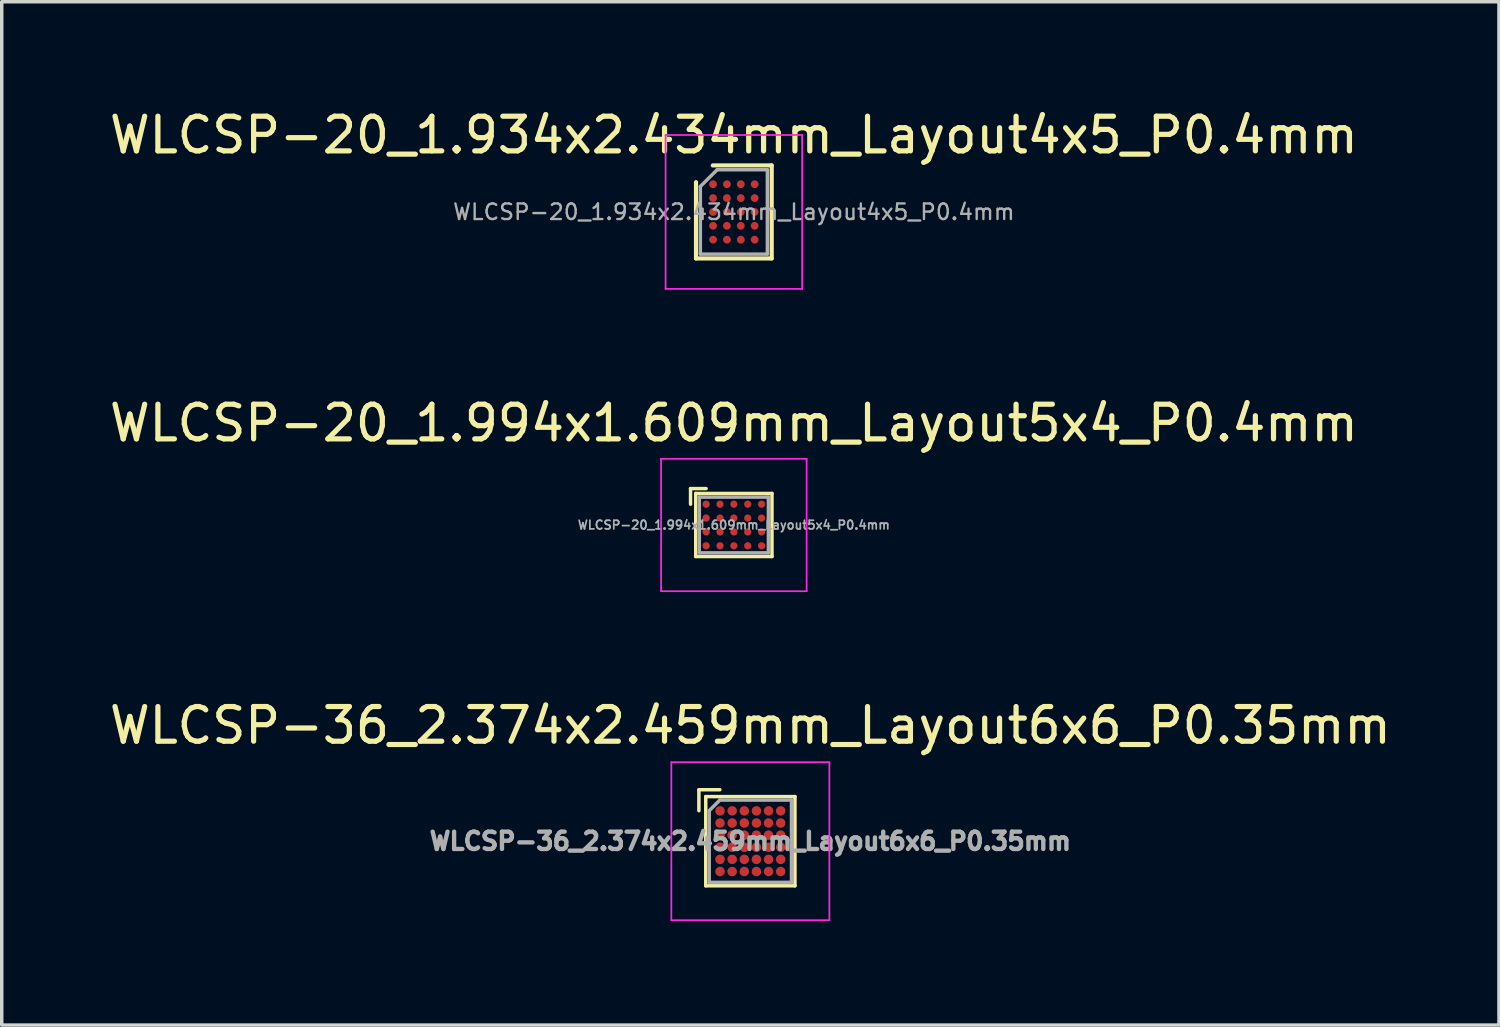
<source format=kicad_pcb>
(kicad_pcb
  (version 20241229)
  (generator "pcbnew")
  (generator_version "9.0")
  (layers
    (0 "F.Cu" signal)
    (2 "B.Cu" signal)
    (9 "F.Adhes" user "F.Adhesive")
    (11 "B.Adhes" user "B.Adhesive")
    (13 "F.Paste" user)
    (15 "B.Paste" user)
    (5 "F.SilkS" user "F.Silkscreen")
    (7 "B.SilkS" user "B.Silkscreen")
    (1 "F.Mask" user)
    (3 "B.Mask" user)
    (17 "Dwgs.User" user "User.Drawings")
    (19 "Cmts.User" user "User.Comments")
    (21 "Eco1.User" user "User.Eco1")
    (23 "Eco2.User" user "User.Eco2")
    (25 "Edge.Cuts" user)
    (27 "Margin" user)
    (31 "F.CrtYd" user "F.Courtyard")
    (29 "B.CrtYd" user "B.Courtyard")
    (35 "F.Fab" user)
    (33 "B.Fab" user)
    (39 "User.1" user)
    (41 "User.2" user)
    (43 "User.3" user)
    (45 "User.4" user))
  (footprint "WLCSP-20_1.934x2.434mm_Layout4x5_P0.4mm"
    (layer "F.Cu")
    (at 18.125 3.065)
    (property "Reference" "WLCSP-20_1.934x2.434mm_Layout4x5_P0.4mm" (at 0 -2.217 0) (layer "F.SilkS") (effects (font (size 1 1) (thickness 0.15))))
    (attr smd)
    (fp_line (start -1.092 1.342) (end -1.092 -0.859) (stroke (width 0.12) (type solid)) (layer "F.SilkS"))
    (fp_line (start -0.609 -1.342) (end 1.092 -1.342) (stroke (width 0.12) (type solid)) (layer "F.SilkS"))
    (fp_line (start 1.092 -1.342) (end 1.092 1.342) (stroke (width 0.12) (type solid)) (layer "F.SilkS"))
    (fp_line (start 1.092 1.342) (end -1.092 1.342) (stroke (width 0.12) (type solid)) (layer "F.SilkS"))
    (fp_line (start -1.97 -2.22) (end -1.97 2.22) (stroke (width 0.05) (type solid)) (layer "F.CrtYd"))
    (fp_line (start -1.97 2.22) (end 1.97 2.22) (stroke (width 0.05) (type solid)) (layer "F.CrtYd"))
    (fp_line (start 1.97 -2.22) (end -1.97 -2.22) (stroke (width 0.05) (type solid)) (layer "F.CrtYd"))
    (fp_line (start 1.97 2.22) (end 1.97 -2.22) (stroke (width 0.05) (type solid)) (layer "F.CrtYd"))
    (fp_line (start -0.967 -0.734) (end -0.483 -1.217) (stroke (width 0.1) (type solid)) (layer "F.Fab"))
    (fp_line (start -0.967 1.217) (end -0.967 -0.734) (stroke (width 0.1) (type solid)) (layer "F.Fab"))
    (fp_line (start -0.483 -1.217) (end 0.967 -1.217) (stroke (width 0.1) (type solid)) (layer "F.Fab"))
    (fp_line (start 0.967 -1.217) (end 0.967 1.217) (stroke (width 0.1) (type solid)) (layer "F.Fab"))
    (fp_line (start 0.967 1.217) (end -0.967 1.217) (stroke (width 0.1) (type solid)) (layer "F.Fab"))
    (fp_text user "${REFERENCE}" (at 0 0 0) (layer "F.Fab") (effects (font (size 0.45 0.45) (thickness 0.068))))
    (pad "A1" smd circle (at -0.6 -0.8) (size 0.225 0.225) (layers "F.Cu" "F.Mask" "F.Paste"))
    (pad "A2" smd circle (at -0.2 -0.8) (size 0.225 0.225) (layers "F.Cu" "F.Mask" "F.Paste"))
    (pad "A3" smd circle (at 0.2 -0.8) (size 0.225 0.225) (layers "F.Cu" "F.Mask" "F.Paste"))
    (pad "A4" smd circle (at 0.6 -0.8) (size 0.225 0.225) (layers "F.Cu" "F.Mask" "F.Paste"))
    (pad "B1" smd circle (at -0.6 -0.4) (size 0.225 0.225) (layers "F.Cu" "F.Mask" "F.Paste"))
    (pad "B2" smd circle (at -0.2 -0.4) (size 0.225 0.225) (layers "F.Cu" "F.Mask" "F.Paste"))
    (pad "B3" smd circle (at 0.2 -0.4) (size 0.225 0.225) (layers "F.Cu" "F.Mask" "F.Paste"))
    (pad "B4" smd circle (at 0.6 -0.4) (size 0.225 0.225) (layers "F.Cu" "F.Mask" "F.Paste"))
    (pad "C1" smd circle (at -0.6 0) (size 0.225 0.225) (layers "F.Cu" "F.Mask" "F.Paste"))
    (pad "C2" smd circle (at -0.2 0) (size 0.225 0.225) (layers "F.Cu" "F.Mask" "F.Paste"))
    (pad "C3" smd circle (at 0.2 0) (size 0.225 0.225) (layers "F.Cu" "F.Mask" "F.Paste"))
    (pad "C4" smd circle (at 0.6 0) (size 0.225 0.225) (layers "F.Cu" "F.Mask" "F.Paste"))
    (pad "D1" smd circle (at -0.6 0.4) (size 0.225 0.225) (layers "F.Cu" "F.Mask" "F.Paste"))
    (pad "D2" smd circle (at -0.2 0.4) (size 0.225 0.225) (layers "F.Cu" "F.Mask" "F.Paste"))
    (pad "D3" smd circle (at 0.2 0.4) (size 0.225 0.225) (layers "F.Cu" "F.Mask" "F.Paste"))
    (pad "D4" smd circle (at 0.6 0.4) (size 0.225 0.225) (layers "F.Cu" "F.Mask" "F.Paste"))
    (pad "E1" smd circle (at -0.6 0.8) (size 0.225 0.225) (layers "F.Cu" "F.Mask" "F.Paste"))
    (pad "E2" smd circle (at -0.2 0.8) (size 0.225 0.225) (layers "F.Cu" "F.Mask" "F.Paste"))
    (pad "E3" smd circle (at 0.2 0.8) (size 0.225 0.225) (layers "F.Cu" "F.Mask" "F.Paste"))
    (pad "E4" smd circle (at 0.6 0.8) (size 0.225 0.225) (layers "F.Cu" "F.Mask" "F.Paste")))
  (footprint "WLCSP-20_1.994x1.609mm_Layout5x4_P0.4mm"
    (layer "F.Cu")
    (at 18.125 12.098)
    (property "Reference" "WLCSP-20_1.994x1.609mm_Layout5x4_P0.4mm" (at 0 -2.94 0) (layer "F.SilkS") (effects (font (size 1 1) (thickness 0.15))))
    (attr smd)
    (fp_line (start -1.25 -1.05) (end -1.25 -0.6) (stroke (width 0.1) (type solid)) (layer "F.SilkS"))
    (fp_line (start -1.1 -0.91) (end -1.1 0.91) (stroke (width 0.1) (type solid)) (layer "F.SilkS"))
    (fp_line (start -1.1 -0.91) (end 1.1 -0.91) (stroke (width 0.1) (type solid)) (layer "F.SilkS"))
    (fp_line (start -1.1 0.91) (end 1.1 0.91) (stroke (width 0.1) (type solid)) (layer "F.SilkS"))
    (fp_line (start -0.8 -1.05) (end -1.25 -1.05) (stroke (width 0.1) (type solid)) (layer "F.SilkS"))
    (fp_line (start 1.1 -0.91) (end 1.1 0.91) (stroke (width 0.1) (type solid)) (layer "F.SilkS"))
    (fp_line (start -2.1 -1.91) (end -2.1 1.91) (stroke (width 0.05) (type solid)) (layer "F.CrtYd"))
    (fp_line (start -2.1 -1.91) (end 2.1 -1.91) (stroke (width 0.05) (type solid)) (layer "F.CrtYd"))
    (fp_line (start -2.1 1.91) (end 2.1 1.91) (stroke (width 0.05) (type solid)) (layer "F.CrtYd"))
    (fp_line (start 2.1 -1.91) (end 2.1 1.91) (stroke (width 0.05) (type solid)) (layer "F.CrtYd"))
    (fp_line (start -0.997 -0.804) (end 0.997 -0.804) (stroke (width 0.1) (type solid)) (layer "F.Fab"))
    (fp_line (start -0.997 0.804) (end -0.997 -0.804) (stroke (width 0.1) (type solid)) (layer "F.Fab"))
    (fp_line (start -0.997 0.804) (end 0.997 0.804) (stroke (width 0.1) (type solid)) (layer "F.Fab"))
    (fp_line (start 0.997 0.804) (end 0.997 -0.804) (stroke (width 0.1) (type solid)) (layer "F.Fab"))
    (fp_text user "${REFERENCE}" (at 0 0 0) (layer "F.Fab") (effects (font (size 0.25 0.25) (thickness 0.05))))
    (pad "A1" smd circle (at -0.8 -0.6) (size 0.21 0.21) (layers "F.Cu" "F.Mask" "F.Paste"))
    (pad "A2" smd circle (at -0.4 -0.6) (size 0.21 0.21) (layers "F.Cu" "F.Mask" "F.Paste"))
    (pad "A3" smd circle (at 0 -0.6) (size 0.21 0.21) (layers "F.Cu" "F.Mask" "F.Paste"))
    (pad "A4" smd circle (at 0.4 -0.6) (size 0.21 0.21) (layers "F.Cu" "F.Mask" "F.Paste"))
    (pad "A5" smd circle (at 0.8 -0.6) (size 0.21 0.21) (layers "F.Cu" "F.Mask" "F.Paste"))
    (pad "B1" smd circle (at -0.8 -0.2) (size 0.21 0.21) (layers "F.Cu" "F.Mask" "F.Paste"))
    (pad "B2" smd circle (at -0.4 -0.2) (size 0.21 0.21) (layers "F.Cu" "F.Mask" "F.Paste"))
    (pad "B3" smd circle (at 0 -0.2) (size 0.21 0.21) (layers "F.Cu" "F.Mask" "F.Paste"))
    (pad "B4" smd circle (at 0.4 -0.2) (size 0.21 0.21) (layers "F.Cu" "F.Mask" "F.Paste"))
    (pad "B5" smd circle (at 0.8 -0.2) (size 0.21 0.21) (layers "F.Cu" "F.Mask" "F.Paste"))
    (pad "C1" smd circle (at -0.8 0.2) (size 0.21 0.21) (layers "F.Cu" "F.Mask" "F.Paste"))
    (pad "C2" smd circle (at -0.4 0.2) (size 0.21 0.21) (layers "F.Cu" "F.Mask" "F.Paste"))
    (pad "C3" smd circle (at 0 0.2) (size 0.21 0.21) (layers "F.Cu" "F.Mask" "F.Paste"))
    (pad "C4" smd circle (at 0.4 0.2) (size 0.21 0.21) (layers "F.Cu" "F.Mask" "F.Paste"))
    (pad "C5" smd circle (at 0.8 0.2) (size 0.21 0.21) (layers "F.Cu" "F.Mask" "F.Paste"))
    (pad "D1" smd circle (at -0.8 0.6) (size 0.21 0.21) (layers "F.Cu" "F.Mask" "F.Paste"))
    (pad "D2" smd circle (at -0.4 0.6) (size 0.21 0.21) (layers "F.Cu" "F.Mask" "F.Paste"))
    (pad "D3" smd circle (at 0 0.6) (size 0.21 0.21) (layers "F.Cu" "F.Mask" "F.Paste"))
    (pad "D4" smd circle (at 0.4 0.6) (size 0.21 0.21) (layers "F.Cu" "F.Mask" "F.Paste"))
    (pad "D5" smd circle (at 0.8 0.6) (size 0.21 0.21) (layers "F.Cu" "F.Mask" "F.Paste")))
  (footprint "WLCSP-36_2.374x2.459mm_Layout6x6_P0.35mm"
    (layer "F.Cu")
    (at 18.601 21.222)
    (property "Reference" "WLCSP-36_2.374x2.459mm_Layout6x6_P0.35mm" (at 0 -3.34 0) (layer "F.SilkS") (effects (font (size 1 1) (thickness 0.15))))
    (attr smd)
    (fp_line (start -1.485 -1.48) (end -1.485 -0.88) (stroke (width 0.1) (type solid)) (layer "F.SilkS"))
    (fp_line (start -1.287 -1.287) (end 1.287 -1.287) (stroke (width 0.1) (type solid)) (layer "F.SilkS"))
    (fp_line (start -1.287 1.287) (end -1.287 -1.287) (stroke (width 0.1) (type solid)) (layer "F.SilkS"))
    (fp_line (start -1.287 1.287) (end 1.287 1.287) (stroke (width 0.1) (type solid)) (layer "F.SilkS"))
    (fp_line (start -0.88 -1.485) (end -1.485 -1.485) (stroke (width 0.1) (type solid)) (layer "F.SilkS"))
    (fp_line (start 1.287 1.287) (end 1.287 -1.287) (stroke (width 0.1) (type solid)) (layer "F.SilkS"))
    (fp_line (start -2.28 -2.28) (end 2.28 -2.28) (stroke (width 0.05) (type solid)) (layer "F.CrtYd"))
    (fp_line (start -2.28 2.28) (end -2.28 -2.28) (stroke (width 0.05) (type solid)) (layer "F.CrtYd"))
    (fp_line (start -2.28 2.28) (end 2.28 2.28) (stroke (width 0.05) (type solid)) (layer "F.CrtYd"))
    (fp_line (start 2.28 2.28) (end 2.28 -2.28) (stroke (width 0.05) (type solid)) (layer "F.CrtYd"))
    (fp_line (start -1.187 -0.88) (end -0.88 -1.187) (stroke (width 0.1) (type solid)) (layer "F.Fab"))
    (fp_line (start -1.187 1.187) (end -1.187 -0.88) (stroke (width 0.1) (type solid)) (layer "F.Fab"))
    (fp_line (start -1.187 1.187) (end 1.187 1.187) (stroke (width 0.1) (type solid)) (layer "F.Fab"))
    (fp_line (start -0.88 -1.187) (end 1.187 -1.187) (stroke (width 0.1) (type solid)) (layer "F.Fab"))
    (fp_line (start 1.187 1.187) (end 1.187 -1.187) (stroke (width 0.1) (type solid)) (layer "F.Fab"))
    (fp_text user "${REFERENCE}" (at 0 0 0) (layer "F.Fab") (effects (font (size 0.5 0.5) (thickness 0.125))))
    (pad "A1" smd circle (at -0.875 -0.875) (size 0.274 0.274) (layers "F.Cu" "F.Mask" "F.Paste"))
    (pad "A2" smd circle (at -0.525 -0.875) (size 0.274 0.274) (layers "F.Cu" "F.Mask" "F.Paste"))
    (pad "A3" smd circle (at -0.175 -0.875) (size 0.274 0.274) (layers "F.Cu" "F.Mask" "F.Paste"))
    (pad "A4" smd circle (at 0.175 -0.875) (size 0.274 0.274) (layers "F.Cu" "F.Mask" "F.Paste"))
    (pad "A5" smd circle (at 0.525 -0.875) (size 0.274 0.274) (layers "F.Cu" "F.Mask" "F.Paste"))
    (pad "A6" smd circle (at 0.875 -0.875) (size 0.274 0.274) (layers "F.Cu" "F.Mask" "F.Paste"))
    (pad "B1" smd circle (at -0.875 -0.525) (size 0.274 0.274) (layers "F.Cu" "F.Mask" "F.Paste"))
    (pad "B2" smd circle (at -0.525 -0.525) (size 0.274 0.274) (layers "F.Cu" "F.Mask" "F.Paste"))
    (pad "B3" smd circle (at -0.175 -0.525) (size 0.274 0.274) (layers "F.Cu" "F.Mask" "F.Paste"))
    (pad "B4" smd circle (at 0.175 -0.525) (size 0.274 0.274) (layers "F.Cu" "F.Mask" "F.Paste"))
    (pad "B5" smd circle (at 0.525 -0.525) (size 0.274 0.274) (layers "F.Cu" "F.Mask" "F.Paste"))
    (pad "B6" smd circle (at 0.875 -0.525) (size 0.274 0.274) (layers "F.Cu" "F.Mask" "F.Paste"))
    (pad "C1" smd circle (at -0.875 -0.175) (size 0.274 0.274) (layers "F.Cu" "F.Mask" "F.Paste"))
    (pad "C2" smd circle (at -0.525 -0.175) (size 0.274 0.274) (layers "F.Cu" "F.Mask" "F.Paste"))
    (pad "C3" smd circle (at -0.175 -0.175) (size 0.274 0.274) (layers "F.Cu" "F.Mask" "F.Paste"))
    (pad "C4" smd circle (at 0.175 -0.175) (size 0.274 0.274) (layers "F.Cu" "F.Mask" "F.Paste"))
    (pad "C5" smd circle (at 0.525 -0.175) (size 0.274 0.274) (layers "F.Cu" "F.Mask" "F.Paste"))
    (pad "C6" smd circle (at 0.875 -0.175) (size 0.274 0.274) (layers "F.Cu" "F.Mask" "F.Paste"))
    (pad "D1" smd circle (at -0.875 0.175) (size 0.274 0.274) (layers "F.Cu" "F.Mask" "F.Paste"))
    (pad "D2" smd circle (at -0.525 0.175) (size 0.274 0.274) (layers "F.Cu" "F.Mask" "F.Paste"))
    (pad "D3" smd circle (at -0.175 0.175) (size 0.274 0.274) (layers "F.Cu" "F.Mask" "F.Paste"))
    (pad "D4" smd circle (at 0.175 0.175) (size 0.274 0.274) (layers "F.Cu" "F.Mask" "F.Paste"))
    (pad "D5" smd circle (at 0.525 0.175) (size 0.274 0.274) (layers "F.Cu" "F.Mask" "F.Paste"))
    (pad "D6" smd circle (at 0.875 0.175) (size 0.274 0.274) (layers "F.Cu" "F.Mask" "F.Paste"))
    (pad "E1" smd circle (at -0.875 0.525) (size 0.274 0.274) (layers "F.Cu" "F.Mask" "F.Paste"))
    (pad "E2" smd circle (at -0.525 0.525) (size 0.274 0.274) (layers "F.Cu" "F.Mask" "F.Paste"))
    (pad "E3" smd circle (at -0.175 0.525) (size 0.274 0.274) (layers "F.Cu" "F.Mask" "F.Paste"))
    (pad "E4" smd circle (at 0.175 0.525) (size 0.274 0.274) (layers "F.Cu" "F.Mask" "F.Paste"))
    (pad "E5" smd circle (at 0.525 0.525) (size 0.274 0.274) (layers "F.Cu" "F.Mask" "F.Paste"))
    (pad "E6" smd circle (at 0.875 0.525) (size 0.274 0.274) (layers "F.Cu" "F.Mask" "F.Paste"))
    (pad "F1" smd circle (at -0.875 0.875) (size 0.274 0.274) (layers "F.Cu" "F.Mask" "F.Paste"))
    (pad "F2" smd circle (at -0.525 0.875) (size 0.274 0.274) (layers "F.Cu" "F.Mask" "F.Paste"))
    (pad "F3" smd circle (at -0.175 0.875) (size 0.274 0.274) (layers "F.Cu" "F.Mask" "F.Paste"))
    (pad "F4" smd circle (at 0.175 0.875) (size 0.274 0.274) (layers "F.Cu" "F.Mask" "F.Paste"))
    (pad "F5" smd circle (at 0.525 0.875) (size 0.274 0.274) (layers "F.Cu" "F.Mask" "F.Paste"))
    (pad "F6" smd circle (at 0.875 0.875) (size 0.274 0.274) (layers "F.Cu" "F.Mask" "F.Paste")))
  (gr_rect
    (start -3 -3)
    (end 40.202 26.527)
    (stroke (width 0.1) (type default))
    (fill no)
    (layer "Edge.Cuts")))
</source>
